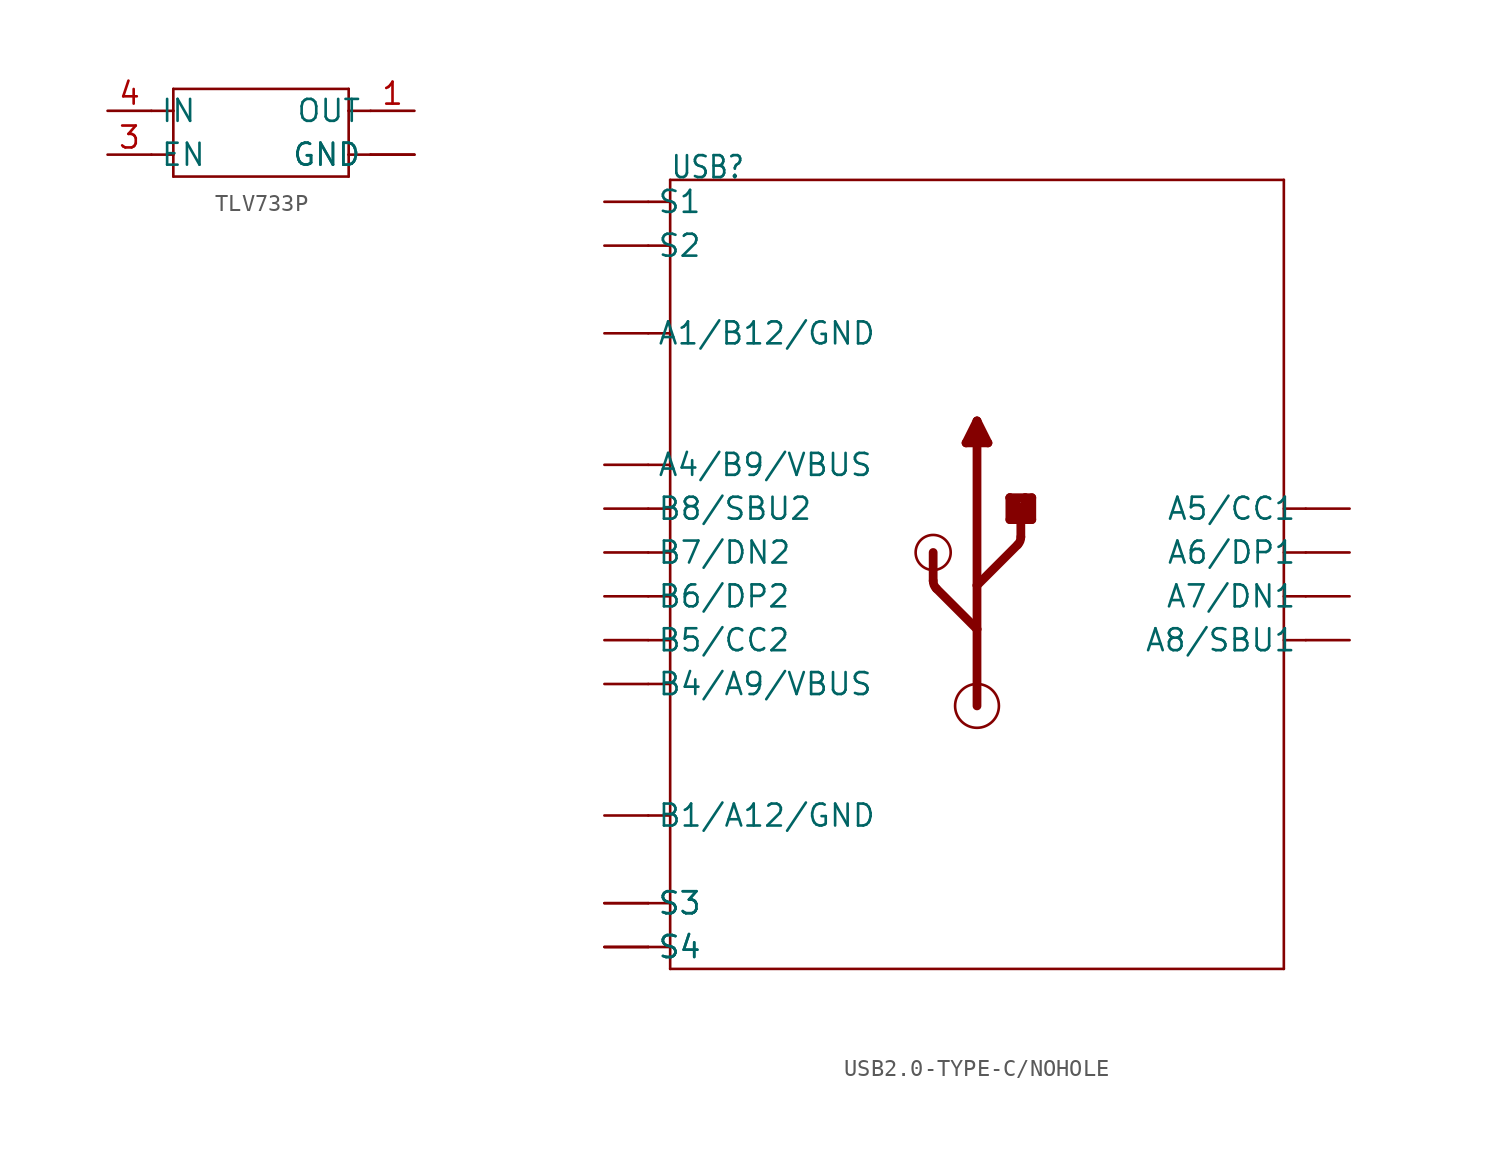
<source format=kicad_sym>
(kicad_symbol_lib
  (version 20231120)
  (generator "kicad_symbol_editor")
  (generator_version "8.0")
  (symbol "TLV733P"
    (property "Reference" "U"
      (at -5.08 2.54 0)
      (effects (font (size 1.27 1.079)) (justify left bottom) (hide yes)))
    (property "ki_locked" ""
      (at 0 0 0)
      (effects (font (size 1.27 1.27))))
    (symbol "TLV733P_1_0"
      (polyline (pts (xy -6.35 -1.27) (xy -5.08 -1.27)) (stroke (width 0.152) (type solid)) (fill (type none)))
      (polyline (pts (xy -6.35 1.27) (xy -5.08 1.27)) (stroke (width 0.152) (type solid)) (fill (type none)))
      (polyline (pts (xy -5.08 -2.54) (xy -5.08 -1.27)) (stroke (width 0.152) (type solid)) (fill (type none)))
      (polyline (pts (xy -5.08 -1.27) (xy -5.08 1.27)) (stroke (width 0.152) (type solid)) (fill (type none)))
      (polyline (pts (xy -5.08 1.27) (xy -5.08 2.54)) (stroke (width 0.152) (type solid)) (fill (type none)))
      (polyline (pts (xy -5.08 2.54) (xy 5.08 2.54)) (stroke (width 0.152) (type solid)) (fill (type none)))
      (polyline (pts (xy 5.08 -2.54) (xy -5.08 -2.54)) (stroke (width 0.152) (type solid)) (fill (type none)))
      (polyline (pts (xy 5.08 -1.27) (xy 5.08 -2.54)) (stroke (width 0.152) (type solid)) (fill (type none)))
      (polyline (pts (xy 5.08 1.27) (xy 5.08 -1.27)) (stroke (width 0.152) (type solid)) (fill (type none)))
      (polyline (pts (xy 5.08 2.54) (xy 5.08 1.27)) (stroke (width 0.152) (type solid)) (fill (type none)))
      (polyline (pts (xy 6.35 -1.27) (xy 5.08 -1.27)) (stroke (width 0.152) (type solid)) (fill (type none)))
      (polyline (pts (xy 6.35 1.27) (xy 5.08 1.27)) (stroke (width 0.152) (type solid)) (fill (type none)))
      (pin bidirectional line (at 8.89 1.27 180) (length 2.54) (name "OUT" (effects (font (size 1.27 1.27)))) (number "1" (effects (font (size 1.27 1.27)))))
      (pin bidirectional line (at 8.89 -1.27 180) (length 2.54) (name "GND" (effects (font (size 1.27 1.27)))) (number "2" (effects (font (size 0 0)))))
      (pin bidirectional line (at -8.89 -1.27 0) (length 2.54) (name "EN" (effects (font (size 1.27 1.27)))) (number "3" (effects (font (size 1.27 1.27)))))
      (pin bidirectional line (at -8.89 1.27 0) (length 2.54) (name "IN" (effects (font (size 1.27 1.27)))) (number "4" (effects (font (size 1.27 1.27)))))
      (pin bidirectional line (at 8.89 -1.27 180) (length 2.54) (name "GND" (effects (font (size 1.27 1.27)))) (number "T" (effects (font (size 0 0)))))))
  (symbol "USB2.0-TYPE-C/NOHOLE"
    (property "Reference" "USB"
      (at -17.78 22.86 0)
      (effects (font (size 1.27 1.079)) (justify left bottom)))
    (property "Value" ""
      (at -7.62 22.86 0)
      (effects (font (size 1.27 1.079)) (justify left bottom)))
    (property "ki_locked" ""
      (at 0 0 0)
      (effects (font (size 1.27 1.27))))
    (symbol "USB2.0-TYPE-C/NOHOLE_1_0"
      (arc (start -2.5401 -0.3719) (mid -2.4917 -0.6149) (end -2.354 -0.8209) (stroke (width 0.508) (type solid)) (fill (type none)))
      (circle (center -2.54 1.27) (radius 1.016) (stroke (width 0) (type solid)) (fill (type none)))
      (circle (center 0 -7.62) (radius 1.27) (stroke (width 0) (type solid)) (fill (type none)))
      (polyline (pts (xy -19.05 -21.59) (xy -17.78 -21.59)) (stroke (width 0.152) (type solid)) (fill (type none)))
      (polyline (pts (xy -19.05 -19.05) (xy -17.78 -19.05)) (stroke (width 0.152) (type solid)) (fill (type none)))
      (polyline (pts (xy -19.05 -13.97) (xy -17.78 -13.97)) (stroke (width 0.152) (type solid)) (fill (type none)))
      (polyline (pts (xy -19.05 -6.35) (xy -17.78 -6.35)) (stroke (width 0.152) (type solid)) (fill (type none)))
      (polyline (pts (xy -19.05 -3.81) (xy -17.78 -3.81)) (stroke (width 0.152) (type solid)) (fill (type none)))
      (polyline (pts (xy -19.05 -1.27) (xy -17.78 -1.27)) (stroke (width 0.152) (type solid)) (fill (type none)))
      (polyline (pts (xy -19.05 1.27) (xy -17.78 1.27)) (stroke (width 0.152) (type solid)) (fill (type none)))
      (polyline (pts (xy -19.05 3.81) (xy -17.78 3.81)) (stroke (width 0.152) (type solid)) (fill (type none)))
      (polyline (pts (xy -19.05 6.35) (xy -17.78 6.35)) (stroke (width 0.152) (type solid)) (fill (type none)))
      (polyline (pts (xy -19.05 13.97) (xy -17.78 13.97)) (stroke (width 0.152) (type solid)) (fill (type none)))
      (polyline (pts (xy -19.05 19.05) (xy -17.78 19.05)) (stroke (width 0.152) (type solid)) (fill (type none)))
      (polyline (pts (xy -19.05 21.59) (xy -17.78 21.59)) (stroke (width 0.152) (type solid)) (fill (type none)))
      (polyline (pts (xy -17.78 -22.86) (xy -17.78 -21.59)) (stroke (width 0.152) (type solid)) (fill (type none)))
      (polyline (pts (xy -17.78 -21.59) (xy -17.78 -19.05)) (stroke (width 0.152) (type solid)) (fill (type none)))
      (polyline (pts (xy -17.78 -19.05) (xy -17.78 6.35)) (stroke (width 0.152) (type solid)) (fill (type none)))
      (polyline (pts (xy -17.78 6.35) (xy -17.78 13.97)) (stroke (width 0.152) (type solid)) (fill (type none)))
      (polyline (pts (xy -17.78 13.97) (xy -17.78 19.05)) (stroke (width 0.152) (type solid)) (fill (type none)))
      (polyline (pts (xy -17.78 19.05) (xy -17.78 21.59)) (stroke (width 0.152) (type solid)) (fill (type none)))
      (polyline (pts (xy -17.78 21.59) (xy -17.78 22.86)) (stroke (width 0.152) (type solid)) (fill (type none)))
      (polyline (pts (xy -17.78 22.86) (xy 17.78 22.86)) (stroke (width 0.152) (type solid)) (fill (type none)))
      (polyline (pts (xy -2.54 -0.372) (xy -2.54 1.27)) (stroke (width 0.508) (type solid)) (fill (type none)))
      (polyline (pts (xy -0.635 7.62) (xy 0.635 7.62)) (stroke (width 0.508) (type solid)) (fill (type none)))
      (polyline (pts (xy 0 -7.62) (xy 0 -3.175)) (stroke (width 0.508) (type solid)) (fill (type none)))
      (polyline (pts (xy 0 -3.175) (xy -2.354 -0.821)) (stroke (width 0.508) (type solid)) (fill (type none)))
      (polyline (pts (xy 0 -3.175) (xy 0 -0.635)) (stroke (width 0.508) (type solid)) (fill (type none)))
      (polyline (pts (xy 0 -0.635) (xy 0 8.89)) (stroke (width 0.508) (type solid)) (fill (type none)))
      (polyline (pts (xy 0 -0.635) (xy 2.354 1.719)) (stroke (width 0.508) (type solid)) (fill (type none)))
      (polyline (pts (xy 0 8.89) (xy -0.635 7.62)) (stroke (width 0.508) (type solid)) (fill (type none)))
      (polyline (pts (xy 0.635 7.62) (xy 0 8.89)) (stroke (width 0.508) (type solid)) (fill (type none)))
      (polyline (pts (xy 1.905 3.175) (xy 1.905 4.445)) (stroke (width 0.508) (type solid)) (fill (type none)))
      (polyline (pts (xy 1.905 4.445) (xy 2.794 4.445)) (stroke (width 0.508) (type solid)) (fill (type none)))
      (polyline (pts (xy 2.159 3.302) (xy 2.159 3.81)) (stroke (width 0.508) (type solid)) (fill (type none)))
      (polyline (pts (xy 2.54 2.168) (xy 2.54 3.81)) (stroke (width 0.508) (type solid)) (fill (type none)))
      (polyline (pts (xy 2.54 3.81) (xy 1.905 4.445)) (stroke (width 0.508) (type solid)) (fill (type none)))
      (polyline (pts (xy 2.794 3.302) (xy 2.159 3.302)) (stroke (width 0.508) (type solid)) (fill (type none)))
      (polyline (pts (xy 2.794 4.445) (xy 2.794 3.302)) (stroke (width 0.508) (type solid)) (fill (type none)))
      (polyline (pts (xy 2.794 4.445) (xy 3.175 4.445)) (stroke (width 0.508) (type solid)) (fill (type none)))
      (polyline (pts (xy 3.175 3.175) (xy 1.905 3.175)) (stroke (width 0.508) (type solid)) (fill (type none)))
      (polyline (pts (xy 3.175 4.445) (xy 3.175 3.175)) (stroke (width 0.508) (type solid)) (fill (type none)))
      (polyline (pts (xy 17.78 -22.86) (xy -17.78 -22.86)) (stroke (width 0.152) (type solid)) (fill (type none)))
      (polyline (pts (xy 17.78 22.86) (xy 17.78 -22.86)) (stroke (width 0.152) (type solid)) (fill (type none)))
      (polyline (pts (xy 19.05 -3.81) (xy 17.78 -3.81)) (stroke (width 0.152) (type solid)) (fill (type none)))
      (polyline (pts (xy 19.05 -1.27) (xy 17.78 -1.27)) (stroke (width 0.152) (type solid)) (fill (type none)))
      (polyline (pts (xy 19.05 1.27) (xy 17.78 1.27)) (stroke (width 0.152) (type solid)) (fill (type none)))
      (polyline (pts (xy 19.05 3.81) (xy 17.78 3.81)) (stroke (width 0.152) (type solid)) (fill (type none)))
      (arc (start 2.354 1.719) (mid 2.4916 1.925) (end 2.54 2.168) (stroke (width 0.508) (type solid)) (fill (type none)))
      (pin bidirectional line (at -21.59 13.97 0) (length 2.54) (name "A1/B12/GND" (effects (font (size 1.27 1.27)))) (number "A1_B12" (effects (font (size 0 0)))))
      (pin bidirectional line (at -21.59 6.35 0) (length 2.54) (name "A4/B9/VBUS" (effects (font (size 1.27 1.27)))) (number "A4_B9" (effects (font (size 0 0)))))
      (pin bidirectional line (at 21.59 3.81 180) (length 2.54) (name "A5/CC1" (effects (font (size 1.27 1.27)))) (number "A5" (effects (font (size 0 0)))))
      (pin bidirectional line (at 21.59 1.27 180) (length 2.54) (name "A6/DP1" (effects (font (size 1.27 1.27)))) (number "A6" (effects (font (size 0 0)))))
      (pin bidirectional line (at 21.59 -1.27 180) (length 2.54) (name "A7/DN1" (effects (font (size 1.27 1.27)))) (number "A7" (effects (font (size 0 0)))))
      (pin bidirectional line (at 21.59 -3.81 180) (length 2.54) (name "A8/SBU1" (effects (font (size 1.27 1.27)))) (number "A8" (effects (font (size 0 0)))))
      (pin bidirectional line (at -21.59 -13.97 0) (length 2.54) (name "B1/A12/GND" (effects (font (size 1.27 1.27)))) (number "B1_A12" (effects (font (size 0 0)))))
      (pin bidirectional line (at -21.59 -6.35 0) (length 2.54) (name "B4/A9/VBUS" (effects (font (size 1.27 1.27)))) (number "B4_A9" (effects (font (size 0 0)))))
      (pin bidirectional line (at -21.59 -3.81 0) (length 2.54) (name "B5/CC2" (effects (font (size 1.27 1.27)))) (number "B5" (effects (font (size 0 0)))))
      (pin bidirectional line (at -21.59 -1.27 0) (length 2.54) (name "B6/DP2" (effects (font (size 1.27 1.27)))) (number "B6" (effects (font (size 0 0)))))
      (pin bidirectional line (at -21.59 1.27 0) (length 2.54) (name "B7/DN2" (effects (font (size 1.27 1.27)))) (number "B7" (effects (font (size 0 0)))))
      (pin bidirectional line (at -21.59 3.81 0) (length 2.54) (name "B8/SBU2" (effects (font (size 1.27 1.27)))) (number "B8" (effects (font (size 0 0)))))
      (pin bidirectional line (at -21.59 21.59 0) (length 2.54) (name "S1" (effects (font (size 1.27 1.27)))) (number "S1" (effects (font (size 0 0)))))
      (pin bidirectional line (at -21.59 19.05 0) (length 2.54) (name "S2" (effects (font (size 1.27 1.27)))) (number "S2" (effects (font (size 0 0)))))
      (pin bidirectional line (at -21.59 -19.05 0) (length 2.54) (name "S3" (effects (font (size 1.27 1.27)))) (number "S3" (effects (font (size 0 0)))))
      (pin bidirectional line (at -21.59 -19.05 0) (length 2.54) (name "S3" (effects (font (size 1.27 1.27)))) (number "S4" (effects (font (size 0 0)))))
      (pin bidirectional line (at -21.59 -21.59 0) (length 2.54) (name "S4" (effects (font (size 1.27 1.27)))) (number "S5" (effects (font (size 0 0)))))
      (pin bidirectional line (at -21.59 -21.59 0) (length 2.54) (name "S4" (effects (font (size 1.27 1.27)))) (number "S6" (effects (font (size 0 0))))))))
</source>
